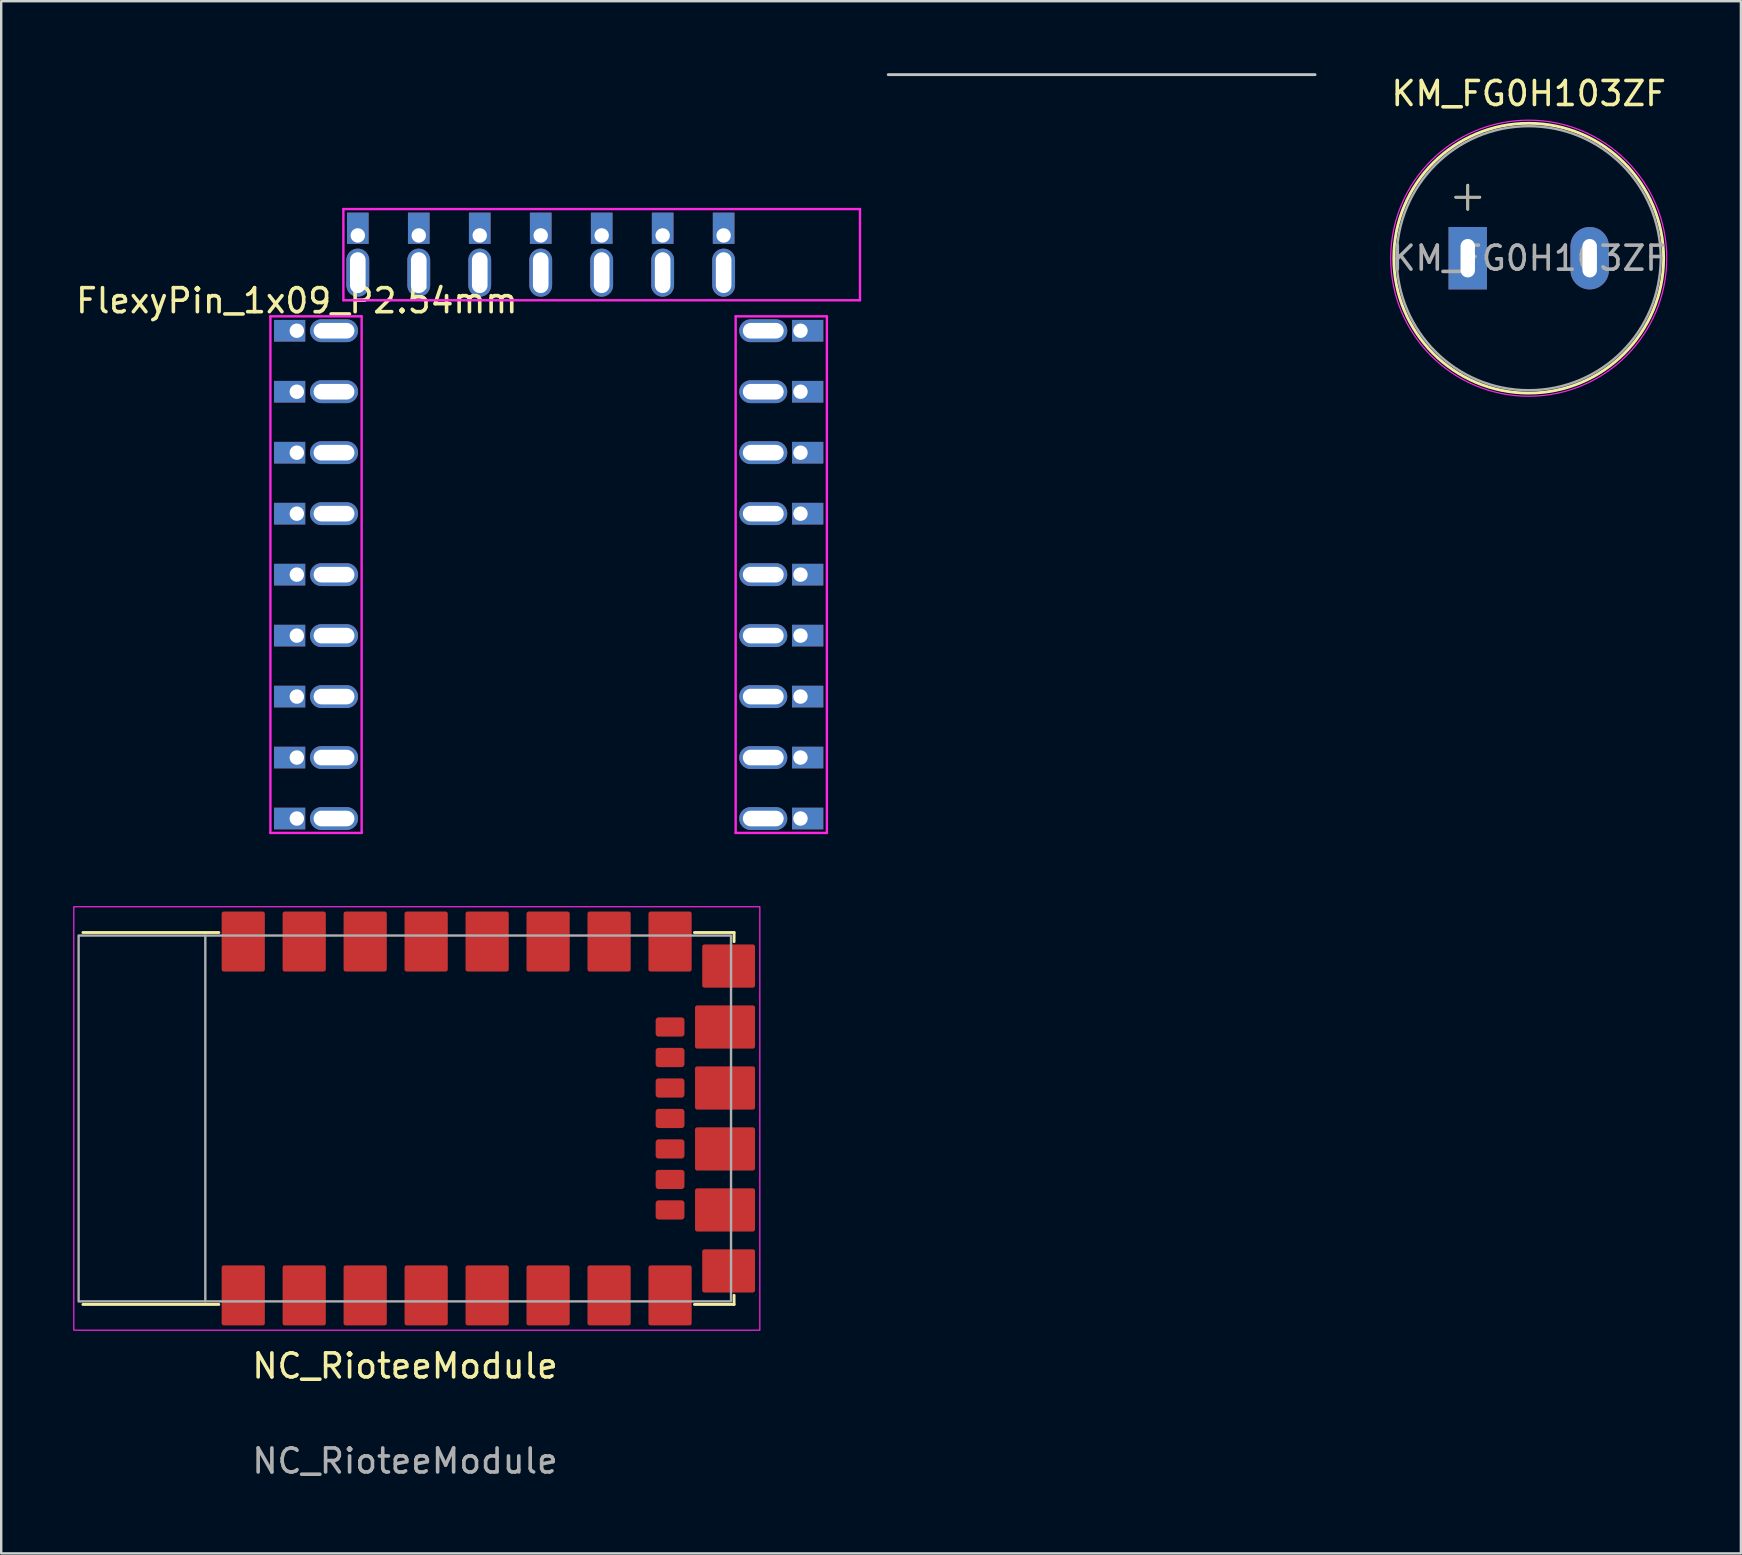
<source format=kicad_pcb>
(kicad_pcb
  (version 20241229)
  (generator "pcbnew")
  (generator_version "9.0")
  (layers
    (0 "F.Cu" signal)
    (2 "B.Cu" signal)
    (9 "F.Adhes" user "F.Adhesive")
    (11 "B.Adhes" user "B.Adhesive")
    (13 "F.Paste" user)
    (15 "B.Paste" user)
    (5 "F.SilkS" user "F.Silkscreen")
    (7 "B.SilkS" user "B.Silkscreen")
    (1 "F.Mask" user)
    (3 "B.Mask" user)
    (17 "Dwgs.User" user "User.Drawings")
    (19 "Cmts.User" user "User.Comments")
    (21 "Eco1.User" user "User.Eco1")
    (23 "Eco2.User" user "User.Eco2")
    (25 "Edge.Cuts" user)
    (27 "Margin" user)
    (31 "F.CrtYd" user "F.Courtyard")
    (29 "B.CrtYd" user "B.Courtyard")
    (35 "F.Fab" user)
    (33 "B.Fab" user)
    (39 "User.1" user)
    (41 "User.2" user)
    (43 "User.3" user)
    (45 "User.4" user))
  (footprint "FlexyPin_1x09_P2.54mm"
    (layer "F.Cu")
    (at 9.315 10.728)
    (property "Reference" "FlexyPin_1x09_P2.54mm" (at 0 -1.25 0) (layer "F.SilkS") (effects (font (size 1 1) (thickness 0.15))))
    (attr through_hole)
    (fp_line (start 24.638 -10.668) (end 42.418 -10.668) (stroke (width 0.12) (type solid)) (layer "Dwgs.User"))
    (fp_line (start -1.1 -0.6) (end 2.7 -0.6) (stroke (width 0.1) (type solid)) (layer "F.CrtYd"))
    (fp_line (start -1.1 20.92) (end -1.1 -0.6) (stroke (width 0.1) (type solid)) (layer "F.CrtYd"))
    (fp_line (start 1.94 -5.07) (end 23.46 -5.07) (stroke (width 0.1) (type solid)) (layer "F.CrtYd"))
    (fp_line (start 1.94 -1.27) (end 1.94 -5.07) (stroke (width 0.1) (type solid)) (layer "F.CrtYd"))
    (fp_line (start 2.7 -0.6) (end 2.7 20.92) (stroke (width 0.1) (type solid)) (layer "F.CrtYd"))
    (fp_line (start 2.7 20.92) (end -1.1 20.92) (stroke (width 0.1) (type solid)) (layer "F.CrtYd"))
    (fp_line (start 18.281 -0.6) (end 22.081 -0.6) (stroke (width 0.1) (type solid)) (layer "F.CrtYd"))
    (fp_line (start 18.281 20.92) (end 18.281 -0.6) (stroke (width 0.1) (type solid)) (layer "F.CrtYd"))
    (fp_line (start 22.081 -0.6) (end 22.081 20.92) (stroke (width 0.1) (type solid)) (layer "F.CrtYd"))
    (fp_line (start 22.081 20.92) (end 18.281 20.92) (stroke (width 0.1) (type solid)) (layer "F.CrtYd"))
    (fp_line (start 23.46 -5.07) (end 23.46 -1.27) (stroke (width 0.1) (type solid)) (layer "F.CrtYd"))
    (fp_line (start 23.46 -1.27) (end 1.94 -1.27) (stroke (width 0.1) (type solid)) (layer "F.CrtYd"))
    (pad "" thru_hole oval (at 1.55 0) (size 2 0.95) (drill oval 1.7 0.65) (layers "*.Cu" "*.Mask"))
    (pad "" thru_hole oval (at 1.55 2.54) (size 2 0.95) (drill oval 1.7 0.65) (layers "*.Cu" "*.Mask"))
    (pad "" thru_hole oval (at 1.55 5.08) (size 2 0.95) (drill oval 1.7 0.65) (layers "*.Cu" "*.Mask"))
    (pad "" thru_hole oval (at 1.55 7.62) (size 2 0.95) (drill oval 1.7 0.65) (layers "*.Cu" "*.Mask"))
    (pad "" thru_hole oval (at 1.55 10.16) (size 2 0.95) (drill oval 1.7 0.65) (layers "*.Cu" "*.Mask"))
    (pad "" thru_hole oval (at 1.55 12.7) (size 2 0.95) (drill oval 1.7 0.65) (layers "*.Cu" "*.Mask"))
    (pad "" thru_hole oval (at 1.55 15.24) (size 2 0.95) (drill oval 1.7 0.65) (layers "*.Cu" "*.Mask"))
    (pad "" thru_hole oval (at 1.55 17.78) (size 2 0.95) (drill oval 1.7 0.65) (layers "*.Cu" "*.Mask"))
    (pad "" thru_hole oval (at 1.55 20.32) (size 2 0.95) (drill oval 1.7 0.65) (layers "*.Cu" "*.Mask"))
    (pad "" thru_hole oval (at 2.54 -2.42 270) (size 2 0.95) (drill oval 1.7 0.65) (layers "*.Cu" "*.Mask"))
    (pad "" thru_hole oval (at 5.08 -2.42 270) (size 2 0.95) (drill oval 1.7 0.65) (layers "*.Cu" "*.Mask"))
    (pad "" thru_hole oval (at 7.62 -2.42 270) (size 2 0.95) (drill oval 1.7 0.65) (layers "*.Cu" "*.Mask"))
    (pad "" thru_hole oval (at 10.16 -2.42 270) (size 2 0.95) (drill oval 1.7 0.65) (layers "*.Cu" "*.Mask"))
    (pad "" thru_hole oval (at 12.7 -2.42 270) (size 2 0.95) (drill oval 1.7 0.65) (layers "*.Cu" "*.Mask"))
    (pad "" thru_hole oval (at 15.24 -2.42 270) (size 2 0.95) (drill oval 1.7 0.65) (layers "*.Cu" "*.Mask"))
    (pad "" thru_hole oval (at 17.78 -2.42 270) (size 2 0.95) (drill oval 1.7 0.65) (layers "*.Cu" "*.Mask"))
    (pad "" thru_hole oval (at 19.431 0 180) (size 2 0.95) (drill oval 1.7 0.65) (layers "*.Cu" "*.Mask"))
    (pad "" thru_hole oval (at 19.431 2.54 180) (size 2 0.95) (drill oval 1.7 0.65) (layers "*.Cu" "*.Mask"))
    (pad "" thru_hole oval (at 19.431 5.08 180) (size 2 0.95) (drill oval 1.7 0.65) (layers "*.Cu" "*.Mask"))
    (pad "" thru_hole oval (at 19.431 7.62 180) (size 2 0.95) (drill oval 1.7 0.65) (layers "*.Cu" "*.Mask"))
    (pad "" thru_hole oval (at 19.431 10.16 180) (size 2 0.95) (drill oval 1.7 0.65) (layers "*.Cu" "*.Mask"))
    (pad "" thru_hole oval (at 19.431 12.7 180) (size 2 0.95) (drill oval 1.7 0.65) (layers "*.Cu" "*.Mask"))
    (pad "" thru_hole oval (at 19.431 15.24 180) (size 2 0.95) (drill oval 1.7 0.65) (layers "*.Cu" "*.Mask"))
    (pad "" thru_hole oval (at 19.431 17.78 180) (size 2 0.95) (drill oval 1.7 0.65) (layers "*.Cu" "*.Mask"))
    (pad "" thru_hole oval (at 19.431 20.32 180) (size 2 0.95) (drill oval 1.7 0.65) (layers "*.Cu" "*.Mask"))
    (pad "1" thru_hole rect (at 0 0) (size 1.3 0.9) (drill 0.6 (offset -0.3 0)) (layers "*.Cu" "*.Mask"))
    (pad "1" thru_hole rect (at 20.981 20.32 180) (size 1.3 0.9) (drill 0.6 (offset -0.3 0)) (layers "*.Cu" "*.Mask"))
    (pad "2" thru_hole rect (at 0 2.54) (size 1.3 0.9) (drill 0.6 (offset -0.3 0)) (layers "*.Cu" "*.Mask"))
    (pad "2" thru_hole rect (at 20.981 17.78 180) (size 1.3 0.9) (drill 0.6 (offset -0.3 0)) (layers "*.Cu" "*.Mask"))
    (pad "3" thru_hole rect (at 0 5.08) (size 1.3 0.9) (drill 0.6 (offset -0.3 0)) (layers "*.Cu" "*.Mask"))
    (pad "3" thru_hole rect (at 17.78 -3.97 270) (size 1.3 0.9) (drill 0.6 (offset -0.3 0)) (layers "*.Cu" "*.Mask"))
    (pad "3" thru_hole rect (at 20.981 15.24 180) (size 1.3 0.9) (drill 0.6 (offset -0.3 0)) (layers "*.Cu" "*.Mask"))
    (pad "4" thru_hole rect (at 0 7.62) (size 1.3 0.9) (drill 0.6 (offset -0.3 0)) (layers "*.Cu" "*.Mask"))
    (pad "4" thru_hole rect (at 15.24 -3.97 270) (size 1.3 0.9) (drill 0.6 (offset -0.3 0)) (layers "*.Cu" "*.Mask"))
    (pad "4" thru_hole rect (at 20.981 12.7 180) (size 1.3 0.9) (drill 0.6 (offset -0.3 0)) (layers "*.Cu" "*.Mask"))
    (pad "5" thru_hole rect (at 0 10.16) (size 1.3 0.9) (drill 0.6 (offset -0.3 0)) (layers "*.Cu" "*.Mask"))
    (pad "5" thru_hole rect (at 12.7 -3.97 270) (size 1.3 0.9) (drill 0.6 (offset -0.3 0)) (layers "*.Cu" "*.Mask"))
    (pad "5" thru_hole rect (at 20.981 10.16 180) (size 1.3 0.9) (drill 0.6 (offset -0.3 0)) (layers "*.Cu" "*.Mask"))
    (pad "6" thru_hole rect (at 0 12.7) (size 1.3 0.9) (drill 0.6 (offset -0.3 0)) (layers "*.Cu" "*.Mask"))
    (pad "6" thru_hole rect (at 10.16 -3.97 270) (size 1.3 0.9) (drill 0.6 (offset -0.3 0)) (layers "*.Cu" "*.Mask"))
    (pad "6" thru_hole rect (at 20.981 7.62 180) (size 1.3 0.9) (drill 0.6 (offset -0.3 0)) (layers "*.Cu" "*.Mask"))
    (pad "7" thru_hole rect (at 0 15.24) (size 1.3 0.9) (drill 0.6 (offset -0.3 0)) (layers "*.Cu" "*.Mask"))
    (pad "7" thru_hole rect (at 7.62 -3.97 270) (size 1.3 0.9) (drill 0.6 (offset -0.3 0)) (layers "*.Cu" "*.Mask"))
    (pad "7" thru_hole rect (at 20.981 5.08 180) (size 1.3 0.9) (drill 0.6 (offset -0.3 0)) (layers "*.Cu" "*.Mask"))
    (pad "8" thru_hole rect (at 0 17.78) (size 1.3 0.9) (drill 0.6 (offset -0.3 0)) (layers "*.Cu" "*.Mask"))
    (pad "8" thru_hole rect (at 5.08 -3.97 270) (size 1.3 0.9) (drill 0.6 (offset -0.3 0)) (layers "*.Cu" "*.Mask"))
    (pad "8" thru_hole rect (at 20.981 2.54 180) (size 1.3 0.9) (drill 0.6 (offset -0.3 0)) (layers "*.Cu" "*.Mask"))
    (pad "9" thru_hole rect (at 0 20.32) (size 1.3 0.9) (drill 0.6 (offset -0.3 0)) (layers "*.Cu" "*.Mask"))
    (pad "9" thru_hole rect (at 2.54 -3.97 270) (size 1.3 0.9) (drill 0.6 (offset -0.3 0)) (layers "*.Cu" "*.Mask"))
    (pad "9" thru_hole rect (at 20.981 0 180) (size 1.3 0.9) (drill 0.6 (offset -0.3 0)) (layers "*.Cu" "*.Mask")))
  (footprint "NC_RioteeModule"
    (layer "F.Cu")
    (at 13.813 43.543)
    (property "Reference" "NC_RioteeModule" (at 0.01 10.31 0) (unlocked yes) (layer "F.SilkS") (effects (font (size 1 1) (thickness 0.15))))
    (attr smd)
    (fp_line (start -7.746 -7.747) (end -13.41 -7.747) (stroke (width 0.12) (type solid)) (layer "F.SilkS"))
    (fp_line (start -7.746 7.747) (end -13.41 7.747) (stroke (width 0.12) (type solid)) (layer "F.SilkS"))
    (fp_line (start 13.717 -7.747) (end 12.066 -7.747) (stroke (width 0.12) (type solid)) (layer "F.SilkS"))
    (fp_line (start 13.717 -7.366) (end 13.717 -7.747) (stroke (width 0.12) (type solid)) (layer "F.SilkS"))
    (fp_line (start 13.717 7.366) (end 13.717 7.747) (stroke (width 0.12) (type solid)) (layer "F.SilkS"))
    (fp_line (start 13.717 7.747) (end 12.066 7.747) (stroke (width 0.12) (type solid)) (layer "F.SilkS"))
    (fp_rect (start 14.79 -8.82) (end -13.788 8.82) (stroke (width 0.05) (type solid)) (fill no) (layer "F.CrtYd"))
    (fp_line (start -8.31 7.62) (end -8.31 -7.62) (stroke (width 0.1) (type solid)) (layer "F.Fab"))
    (fp_rect (start 13.59 -7.62) (end -13.588 7.62) (stroke (width 0.1) (type solid)) (fill no) (layer "F.Fab"))
    (fp_text user "${REFERENCE}" (at 0.01 14.27 0) (unlocked yes) (layer "F.Fab") (effects (font (size 1 1) (thickness 0.15))))
    (pad "1" smd roundrect (at -6.73 -7.37 270) (size 2.5 1.8) (layers "F.Cu" "F.Mask" "F.Paste") (roundrect_rratio 0.05))
    (pad "2" smd roundrect (at -4.19 -7.37 270) (size 2.5 1.8) (layers "F.Cu" "F.Mask" "F.Paste") (roundrect_rratio 0.05))
    (pad "3" smd roundrect (at -1.65 -7.37 270) (size 2.5 1.8) (layers "F.Cu" "F.Mask" "F.Paste") (roundrect_rratio 0.05))
    (pad "4" smd roundrect (at 0.89 -7.37 270) (size 2.5 1.8) (layers "F.Cu" "F.Mask" "F.Paste") (roundrect_rratio 0.05))
    (pad "5" smd roundrect (at 3.43 -7.37 270) (size 2.5 1.8) (layers "F.Cu" "F.Mask" "F.Paste") (roundrect_rratio 0.05))
    (pad "6" smd roundrect (at 5.97 -7.37 270) (size 2.5 1.8) (layers "F.Cu" "F.Mask" "F.Paste") (roundrect_rratio 0.05))
    (pad "7" smd roundrect (at 8.51 -7.37 270) (size 2.5 1.8) (layers "F.Cu" "F.Mask" "F.Paste") (roundrect_rratio 0.05))
    (pad "8" smd roundrect (at 11.05 -7.37 270) (size 2.5 1.8) (layers "F.Cu" "F.Mask" "F.Paste") (roundrect_rratio 0.05))
    (pad "9" smd roundrect (at 13.49 -6.35 180) (size 2.2 1.8) (layers "F.Cu" "F.Mask" "F.Paste") (roundrect_rratio 0.05))
    (pad "10" smd roundrect (at 13.34 -3.81) (size 2.5 1.8) (layers "F.Cu" "F.Mask" "F.Paste") (roundrect_rratio 0.05))
    (pad "11" smd roundrect (at 13.34 -1.27) (size 2.5 1.8) (layers "F.Cu" "F.Mask" "F.Paste") (roundrect_rratio 0.05))
    (pad "12" smd roundrect (at 13.34 1.27) (size 2.5 1.8) (layers "F.Cu" "F.Mask" "F.Paste") (roundrect_rratio 0.05))
    (pad "13" smd roundrect (at 13.34 3.81) (size 2.5 1.8) (layers "F.Cu" "F.Mask" "F.Paste") (roundrect_rratio 0.05))
    (pad "14" smd roundrect (at 13.49 6.35 180) (size 2.2 1.8) (layers "F.Cu" "F.Mask" "F.Paste") (roundrect_rratio 0.05))
    (pad "15" smd roundrect (at 11.05 7.37 270) (size 2.5 1.8) (layers "F.Cu" "F.Mask" "F.Paste") (roundrect_rratio 0.05))
    (pad "16" smd roundrect (at 8.51 7.37 270) (size 2.5 1.8) (layers "F.Cu" "F.Mask" "F.Paste") (roundrect_rratio 0.05))
    (pad "17" smd roundrect (at 5.97 7.37 270) (size 2.5 1.8) (layers "F.Cu" "F.Mask" "F.Paste") (roundrect_rratio 0.05))
    (pad "18" smd roundrect (at 3.43 7.37 270) (size 2.5 1.8) (layers "F.Cu" "F.Mask" "F.Paste") (roundrect_rratio 0.05))
    (pad "19" smd roundrect (at 0.89 7.37 270) (size 2.5 1.8) (layers "F.Cu" "F.Mask" "F.Paste") (roundrect_rratio 0.05))
    (pad "20" smd roundrect (at -1.65 7.37 270) (size 2.5 1.8) (layers "F.Cu" "F.Mask" "F.Paste") (roundrect_rratio 0.05))
    (pad "21" smd roundrect (at -4.19 7.37 270) (size 2.5 1.8) (layers "F.Cu" "F.Mask" "F.Paste") (roundrect_rratio 0.05))
    (pad "22" smd roundrect (at -6.73 7.37 270) (size 2.5 1.8) (layers "F.Cu" "F.Mask" "F.Paste") (roundrect_rratio 0.05))
    (pad "23" smd roundrect (at 11.05 3.81 90) (size 0.8 1.2) (layers "F.Cu" "F.Mask" "F.Paste") (roundrect_rratio 0.15))
    (pad "24" smd roundrect (at 11.05 2.54 90) (size 0.8 1.2) (layers "F.Cu" "F.Mask" "F.Paste") (roundrect_rratio 0.15))
    (pad "25" smd roundrect (at 11.05 1.27 90) (size 0.8 1.2) (layers "F.Cu" "F.Mask" "F.Paste") (roundrect_rratio 0.15))
    (pad "26" smd roundrect (at 11.05 0 90) (size 0.8 1.2) (layers "F.Cu" "F.Mask" "F.Paste") (roundrect_rratio 0.15))
    (pad "27" smd roundrect (at 11.05 -1.27 90) (size 0.8 1.2) (layers "F.Cu" "F.Mask" "F.Paste") (roundrect_rratio 0.15))
    (pad "28" smd roundrect (at 11.05 -2.54 90) (size 0.8 1.2) (layers "F.Cu" "F.Mask" "F.Paste") (roundrect_rratio 0.15))
    (pad "29" smd roundrect (at 11.05 -3.81 90) (size 0.8 1.2) (layers "F.Cu" "F.Mask" "F.Paste") (roundrect_rratio 0.15)))
  (footprint "KM_FG0H103ZF"
    (layer "F.Cu")
    (at 60.633 7.706)
    (property "Reference" "KM_FG0H103ZF" (at 0 -6.858 0) (layer "F.SilkS") (effects (font (size 1 1) (thickness 0.15))))
    (attr through_hole)
    (fp_line (start -3.04 -2.54) (end -2.04 -2.54) (stroke (width 0.12) (type solid)) (layer "F.SilkS"))
    (fp_line (start -2.54 -3.04) (end -2.54 -2.04) (stroke (width 0.12) (type solid)) (layer "F.SilkS"))
    (fp_circle (center 0 0) (end 5.62 0) (stroke (width 0.12) (type solid)) (fill no) (layer "F.SilkS"))
    (fp_circle (center 0 0) (end 5.75 0) (stroke (width 0.05) (type solid)) (fill no) (layer "F.CrtYd"))
    (fp_line (start -3.04 -2.54) (end -2.04 -2.54) (stroke (width 0.1) (type solid)) (layer "F.Fab"))
    (fp_line (start -2.54 -3.032) (end -2.54 -2.032) (stroke (width 0.1) (type solid)) (layer "F.Fab"))
    (fp_circle (center 0 0) (end 5.5 0) (stroke (width 0.1) (type solid)) (fill no) (layer "F.Fab"))
    (fp_text user "${REFERENCE}" (at 0 0 0) (layer "F.Fab") (effects (font (size 1 1) (thickness 0.15))))
    (pad "1" thru_hole rect (at -2.54 0) (size 1.6 2.6) (drill oval 0.6 1.6) (layers "*.Cu" "*.Mask"))
    (pad "2" thru_hole oval (at 2.54 0) (size 1.6 2.6) (drill oval 0.6 1.6) (layers "*.Cu" "*.Mask")))
  (gr_rect
    (start -3 -3)
    (end 69.472 61.661)
    (stroke (width 0.1) (type default))
    (fill no)
    (layer "Edge.Cuts")))
</source>
